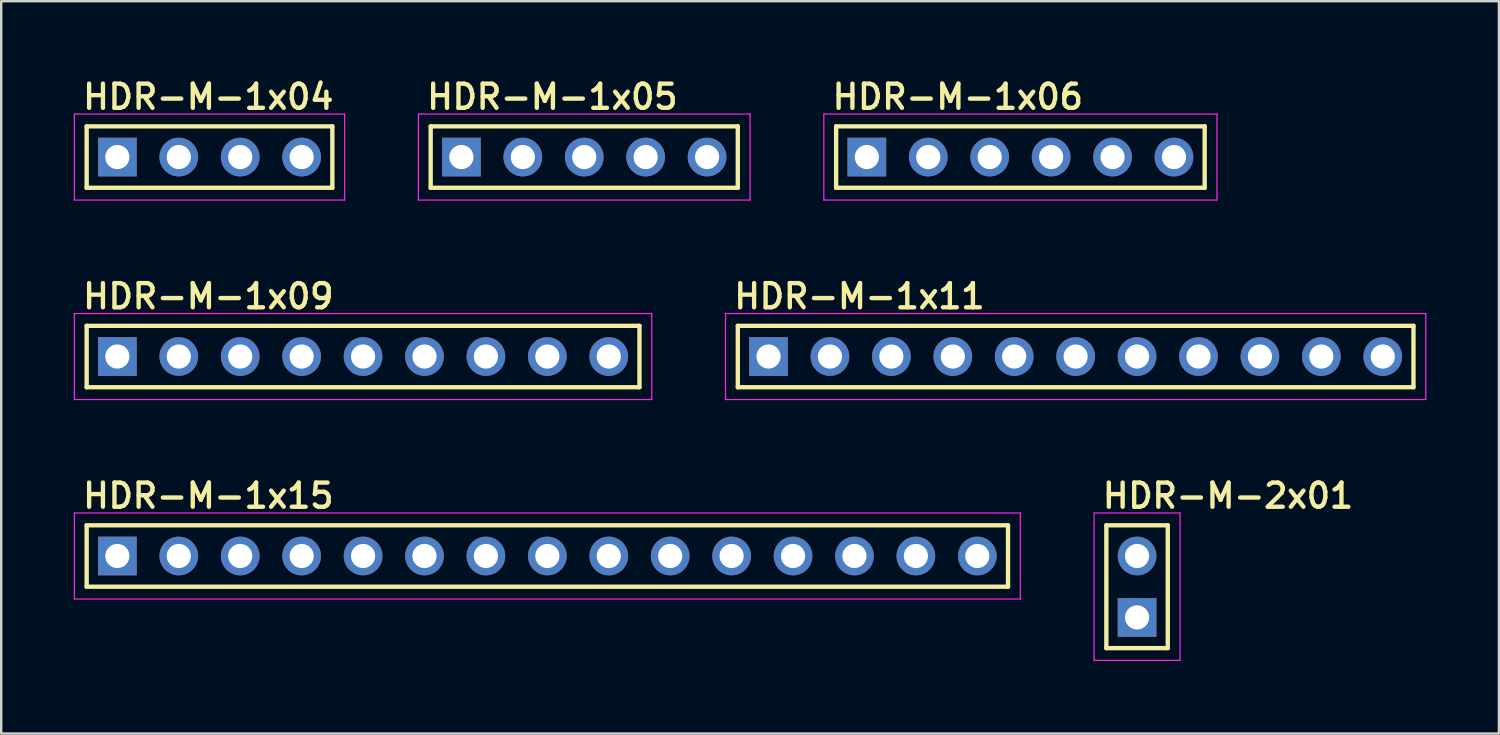
<source format=kicad_pcb>
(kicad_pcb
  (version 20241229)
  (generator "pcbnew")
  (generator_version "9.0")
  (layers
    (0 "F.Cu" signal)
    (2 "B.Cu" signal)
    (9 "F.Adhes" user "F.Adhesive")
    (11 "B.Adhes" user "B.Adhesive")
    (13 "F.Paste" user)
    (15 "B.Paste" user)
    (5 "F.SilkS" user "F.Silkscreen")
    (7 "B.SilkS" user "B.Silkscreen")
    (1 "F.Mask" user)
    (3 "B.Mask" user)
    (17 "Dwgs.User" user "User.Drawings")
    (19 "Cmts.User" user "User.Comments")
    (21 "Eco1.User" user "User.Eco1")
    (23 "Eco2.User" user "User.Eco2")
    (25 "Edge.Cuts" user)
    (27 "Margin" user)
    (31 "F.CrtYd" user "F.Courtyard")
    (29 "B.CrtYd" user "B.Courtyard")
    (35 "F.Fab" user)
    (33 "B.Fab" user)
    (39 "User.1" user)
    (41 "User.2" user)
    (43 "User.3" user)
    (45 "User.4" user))
  (footprint "HDR-M-1x04"
    (layer "F.Cu")
    (at 5.613 3.445)
    (property "Reference" "HDR-M-1x04" (at -5.334 -1.905 0) (layer "F.SilkS") (effects (font (size 1 1) (thickness 0.18)) (justify left bottom)))
    (attr through_hole)
    (fp_line (start -5.08 -1.27) (end 5.08 -1.27) (stroke (width 0.18) (type solid)) (layer "F.SilkS"))
    (fp_line (start -5.08 1.27) (end -5.08 -1.27) (stroke (width 0.18) (type solid)) (layer "F.SilkS"))
    (fp_line (start 5.08 -1.27) (end 5.08 1.27) (stroke (width 0.18) (type solid)) (layer "F.SilkS"))
    (fp_line (start 5.08 1.27) (end -5.08 1.27) (stroke (width 0.18) (type solid)) (layer "F.SilkS"))
    (fp_line (start -5.588 -1.778) (end 5.588 -1.778) (stroke (width 0.05) (type solid)) (layer "F.CrtYd"))
    (fp_line (start -5.588 1.778) (end -5.588 -1.778) (stroke (width 0.05) (type solid)) (layer "F.CrtYd"))
    (fp_line (start 5.588 -1.778) (end 5.588 1.778) (stroke (width 0.05) (type solid)) (layer "F.CrtYd"))
    (fp_line (start 5.588 1.778) (end -5.588 1.778) (stroke (width 0.05) (type solid)) (layer "F.CrtYd"))
    (pad "1" thru_hole rect (at -3.81 0) (size 1.6 1.6) (drill 1) (layers "*.Cu" "*.Mask"))
    (pad "2" thru_hole circle (at -1.27 0) (size 1.6 1.6) (drill 1) (layers "*.Cu" "*.Mask"))
    (pad "3" thru_hole circle (at 1.27 0) (size 1.6 1.6) (drill 1) (layers "*.Cu" "*.Mask"))
    (pad "4" thru_hole circle (at 3.81 0) (size 1.6 1.6) (drill 1) (layers "*.Cu" "*.Mask")))
  (footprint "HDR-M-1x09"
    (layer "F.Cu")
    (at 11.963 11.693)
    (property "Reference" "HDR-M-1x09" (at -11.684 -1.905 0) (layer "F.SilkS") (effects (font (size 1 1) (thickness 0.18)) (justify left bottom)))
    (attr through_hole)
    (fp_line (start -11.43 -1.27) (end 11.43 -1.27) (stroke (width 0.18) (type solid)) (layer "F.SilkS"))
    (fp_line (start -11.43 1.27) (end -11.43 -1.27) (stroke (width 0.18) (type solid)) (layer "F.SilkS"))
    (fp_line (start 11.43 -1.27) (end 11.43 1.27) (stroke (width 0.18) (type solid)) (layer "F.SilkS"))
    (fp_line (start 11.43 1.27) (end -11.43 1.27) (stroke (width 0.18) (type solid)) (layer "F.SilkS"))
    (fp_line (start -11.938 -1.778) (end 11.938 -1.778) (stroke (width 0.05) (type solid)) (layer "F.CrtYd"))
    (fp_line (start -11.938 1.778) (end -11.938 -1.778) (stroke (width 0.05) (type solid)) (layer "F.CrtYd"))
    (fp_line (start 11.938 -1.778) (end 11.938 1.778) (stroke (width 0.05) (type solid)) (layer "F.CrtYd"))
    (fp_line (start 11.938 1.778) (end -11.938 1.778) (stroke (width 0.05) (type solid)) (layer "F.CrtYd"))
    (pad "1" thru_hole rect (at -10.16 0) (size 1.6 1.6) (drill 1) (layers "*.Cu" "*.Mask"))
    (pad "2" thru_hole circle (at -7.62 0) (size 1.6 1.6) (drill 1) (layers "*.Cu" "*.Mask"))
    (pad "3" thru_hole circle (at -5.08 0) (size 1.6 1.6) (drill 1) (layers "*.Cu" "*.Mask"))
    (pad "4" thru_hole circle (at -2.54 0) (size 1.6 1.6) (drill 1) (layers "*.Cu" "*.Mask"))
    (pad "5" thru_hole circle (at 0 0) (size 1.6 1.6) (drill 1) (layers "*.Cu" "*.Mask"))
    (pad "6" thru_hole circle (at 2.54 0) (size 1.6 1.6) (drill 1) (layers "*.Cu" "*.Mask"))
    (pad "7" thru_hole circle (at 5.08 0) (size 1.6 1.6) (drill 1) (layers "*.Cu" "*.Mask"))
    (pad "8" thru_hole circle (at 7.62 0) (size 1.6 1.6) (drill 1) (layers "*.Cu" "*.Mask"))
    (pad "9" thru_hole circle (at 10.16 0) (size 1.6 1.6) (drill 1) (layers "*.Cu" "*.Mask")))
  (footprint "HDR-M-1x06"
    (layer "F.Cu")
    (at 39.145 3.445)
    (property "Reference" "HDR-M-1x06" (at -7.874 -1.905 0) (layer "F.SilkS") (effects (font (size 1 1) (thickness 0.18)) (justify left bottom)))
    (attr through_hole)
    (fp_line (start -7.62 -1.27) (end 7.62 -1.27) (stroke (width 0.18) (type solid)) (layer "F.SilkS"))
    (fp_line (start -7.62 1.27) (end -7.62 -1.27) (stroke (width 0.18) (type solid)) (layer "F.SilkS"))
    (fp_line (start 7.62 -1.27) (end 7.62 1.27) (stroke (width 0.18) (type solid)) (layer "F.SilkS"))
    (fp_line (start 7.62 1.27) (end -7.62 1.27) (stroke (width 0.18) (type solid)) (layer "F.SilkS"))
    (fp_line (start -8.128 -1.778) (end 8.128 -1.778) (stroke (width 0.05) (type solid)) (layer "F.CrtYd"))
    (fp_line (start -8.128 1.778) (end -8.128 -1.778) (stroke (width 0.05) (type solid)) (layer "F.CrtYd"))
    (fp_line (start 8.128 -1.778) (end 8.128 1.778) (stroke (width 0.05) (type solid)) (layer "F.CrtYd"))
    (fp_line (start 8.128 1.778) (end -8.128 1.778) (stroke (width 0.05) (type solid)) (layer "F.CrtYd"))
    (pad "1" thru_hole rect (at -6.35 0) (size 1.6 1.6) (drill 1) (layers "*.Cu" "*.Mask"))
    (pad "2" thru_hole circle (at -3.81 0) (size 1.6 1.6) (drill 1) (layers "*.Cu" "*.Mask"))
    (pad "3" thru_hole circle (at -1.27 0) (size 1.6 1.6) (drill 1) (layers "*.Cu" "*.Mask"))
    (pad "4" thru_hole circle (at 1.27 0) (size 1.6 1.6) (drill 1) (layers "*.Cu" "*.Mask"))
    (pad "5" thru_hole circle (at 3.81 0) (size 1.6 1.6) (drill 1) (layers "*.Cu" "*.Mask"))
    (pad "6" thru_hole circle (at 6.35 0) (size 1.6 1.6) (drill 1) (layers "*.Cu" "*.Mask")))
  (footprint "HDR-M-2x01"
    (layer "F.Cu")
    (at 43.969 21.211)
    (property "Reference" "HDR-M-2x01" (at -1.524 -3.175 0) (layer "F.SilkS") (effects (font (size 1 1) (thickness 0.18)) (justify left bottom)))
    (attr through_hole)
    (fp_line (start -1.27 -2.54) (end 1.27 -2.54) (stroke (width 0.18) (type solid)) (layer "F.SilkS"))
    (fp_line (start -1.27 2.54) (end -1.27 -2.54) (stroke (width 0.18) (type solid)) (layer "F.SilkS"))
    (fp_line (start 1.27 -2.54) (end 1.27 2.54) (stroke (width 0.18) (type solid)) (layer "F.SilkS"))
    (fp_line (start 1.27 2.54) (end -1.27 2.54) (stroke (width 0.18) (type solid)) (layer "F.SilkS"))
    (fp_line (start -1.778 -3.048) (end 1.778 -3.048) (stroke (width 0.05) (type solid)) (layer "F.CrtYd"))
    (fp_line (start -1.778 3.048) (end -1.778 -3.048) (stroke (width 0.05) (type solid)) (layer "F.CrtYd"))
    (fp_line (start 1.778 -3.048) (end 1.778 3.048) (stroke (width 0.05) (type solid)) (layer "F.CrtYd"))
    (fp_line (start 1.778 3.048) (end -1.778 3.048) (stroke (width 0.05) (type solid)) (layer "F.CrtYd"))
    (pad "1" thru_hole rect (at 0 1.27) (size 1.6 1.6) (drill 1) (layers "*.Cu" "*.Mask"))
    (pad "2" thru_hole circle (at 0 -1.27) (size 1.6 1.6) (drill 1) (layers "*.Cu" "*.Mask")))
  (footprint "HDR-M-1x05"
    (layer "F.Cu")
    (at 21.109 3.445)
    (property "Reference" "HDR-M-1x05" (at -6.604 -1.905 0) (layer "F.SilkS") (effects (font (size 1 1) (thickness 0.18)) (justify left bottom)))
    (attr through_hole)
    (fp_line (start -6.35 -1.27) (end 6.35 -1.27) (stroke (width 0.18) (type solid)) (layer "F.SilkS"))
    (fp_line (start -6.35 1.27) (end -6.35 -1.27) (stroke (width 0.18) (type solid)) (layer "F.SilkS"))
    (fp_line (start 6.35 -1.27) (end 6.35 1.27) (stroke (width 0.18) (type solid)) (layer "F.SilkS"))
    (fp_line (start 6.35 1.27) (end -6.35 1.27) (stroke (width 0.18) (type solid)) (layer "F.SilkS"))
    (fp_line (start -6.858 -1.778) (end 6.858 -1.778) (stroke (width 0.05) (type solid)) (layer "F.CrtYd"))
    (fp_line (start -6.858 1.778) (end -6.858 -1.778) (stroke (width 0.05) (type solid)) (layer "F.CrtYd"))
    (fp_line (start 6.858 -1.778) (end 6.858 1.778) (stroke (width 0.05) (type solid)) (layer "F.CrtYd"))
    (fp_line (start 6.858 1.778) (end -6.858 1.778) (stroke (width 0.05) (type solid)) (layer "F.CrtYd"))
    (pad "1" thru_hole rect (at -5.08 0) (size 1.6 1.6) (drill 1) (layers "*.Cu" "*.Mask"))
    (pad "2" thru_hole circle (at -2.54 0) (size 1.6 1.6) (drill 1) (layers "*.Cu" "*.Mask"))
    (pad "3" thru_hole circle (at 0 0) (size 1.6 1.6) (drill 1) (layers "*.Cu" "*.Mask"))
    (pad "4" thru_hole circle (at 2.54 0) (size 1.6 1.6) (drill 1) (layers "*.Cu" "*.Mask"))
    (pad "5" thru_hole circle (at 5.08 0) (size 1.6 1.6) (drill 1) (layers "*.Cu" "*.Mask")))
  (footprint "HDR-M-1x11"
    (layer "F.Cu")
    (at 41.429 11.693)
    (property "Reference" "HDR-M-1x11" (at -14.224 -1.905 0) (layer "F.SilkS") (effects (font (size 1 1) (thickness 0.18)) (justify left bottom)))
    (attr through_hole)
    (fp_line (start -13.97 -1.27) (end 13.97 -1.27) (stroke (width 0.18) (type solid)) (layer "F.SilkS"))
    (fp_line (start -13.97 1.27) (end -13.97 -1.27) (stroke (width 0.18) (type solid)) (layer "F.SilkS"))
    (fp_line (start 13.97 -1.27) (end 13.97 1.27) (stroke (width 0.18) (type solid)) (layer "F.SilkS"))
    (fp_line (start 13.97 1.27) (end -13.97 1.27) (stroke (width 0.18) (type solid)) (layer "F.SilkS"))
    (fp_line (start -14.478 -1.778) (end 14.478 -1.778) (stroke (width 0.05) (type solid)) (layer "F.CrtYd"))
    (fp_line (start -14.478 1.778) (end -14.478 -1.778) (stroke (width 0.05) (type solid)) (layer "F.CrtYd"))
    (fp_line (start 14.478 -1.778) (end 14.478 1.778) (stroke (width 0.05) (type solid)) (layer "F.CrtYd"))
    (fp_line (start 14.478 1.778) (end -14.478 1.778) (stroke (width 0.05) (type solid)) (layer "F.CrtYd"))
    (pad "1" thru_hole rect (at -12.7 0) (size 1.6 1.6) (drill 1) (layers "*.Cu" "*.Mask"))
    (pad "2" thru_hole circle (at -10.16 0) (size 1.6 1.6) (drill 1) (layers "*.Cu" "*.Mask"))
    (pad "3" thru_hole circle (at -7.62 0) (size 1.6 1.6) (drill 1) (layers "*.Cu" "*.Mask"))
    (pad "4" thru_hole circle (at -5.08 0) (size 1.6 1.6) (drill 1) (layers "*.Cu" "*.Mask"))
    (pad "5" thru_hole circle (at -2.54 0) (size 1.6 1.6) (drill 1) (layers "*.Cu" "*.Mask"))
    (pad "6" thru_hole circle (at 0 0) (size 1.6 1.6) (drill 1) (layers "*.Cu" "*.Mask"))
    (pad "7" thru_hole circle (at 2.54 0) (size 1.6 1.6) (drill 1) (layers "*.Cu" "*.Mask"))
    (pad "8" thru_hole circle (at 5.08 0) (size 1.6 1.6) (drill 1) (layers "*.Cu" "*.Mask"))
    (pad "9" thru_hole circle (at 7.62 0) (size 1.6 1.6) (drill 1) (layers "*.Cu" "*.Mask"))
    (pad "10" thru_hole circle (at 10.16 0) (size 1.6 1.6) (drill 1) (layers "*.Cu" "*.Mask"))
    (pad "11" thru_hole circle (at 12.7 0) (size 1.6 1.6) (drill 1) (layers "*.Cu" "*.Mask")))
  (footprint "HDR-M-1x15"
    (layer "F.Cu")
    (at 19.583 19.941)
    (property "Reference" "HDR-M-1x15" (at -19.304 -1.905 0) (layer "F.SilkS") (effects (font (size 1 1) (thickness 0.18)) (justify left bottom)))
    (attr through_hole)
    (fp_line (start -19.05 -1.27) (end 19.05 -1.27) (stroke (width 0.18) (type solid)) (layer "F.SilkS"))
    (fp_line (start -19.05 1.27) (end -19.05 -1.27) (stroke (width 0.18) (type solid)) (layer "F.SilkS"))
    (fp_line (start 19.05 -1.27) (end 19.05 1.27) (stroke (width 0.18) (type solid)) (layer "F.SilkS"))
    (fp_line (start 19.05 1.27) (end -19.05 1.27) (stroke (width 0.18) (type solid)) (layer "F.SilkS"))
    (fp_line (start -19.558 -1.778) (end 19.558 -1.778) (stroke (width 0.05) (type solid)) (layer "F.CrtYd"))
    (fp_line (start -19.558 1.778) (end -19.558 -1.778) (stroke (width 0.05) (type solid)) (layer "F.CrtYd"))
    (fp_line (start 19.558 -1.778) (end 19.558 1.778) (stroke (width 0.05) (type solid)) (layer "F.CrtYd"))
    (fp_line (start 19.558 1.778) (end -19.558 1.778) (stroke (width 0.05) (type solid)) (layer "F.CrtYd"))
    (pad "1" thru_hole rect (at -17.78 0) (size 1.6 1.6) (drill 1) (layers "*.Cu" "*.Mask"))
    (pad "2" thru_hole circle (at -15.24 0) (size 1.6 1.6) (drill 1) (layers "*.Cu" "*.Mask"))
    (pad "3" thru_hole circle (at -12.7 0) (size 1.6 1.6) (drill 1) (layers "*.Cu" "*.Mask"))
    (pad "4" thru_hole circle (at -10.16 0) (size 1.6 1.6) (drill 1) (layers "*.Cu" "*.Mask"))
    (pad "5" thru_hole circle (at -7.62 0) (size 1.6 1.6) (drill 1) (layers "*.Cu" "*.Mask"))
    (pad "6" thru_hole circle (at -5.08 0) (size 1.6 1.6) (drill 1) (layers "*.Cu" "*.Mask"))
    (pad "7" thru_hole circle (at -2.54 0) (size 1.6 1.6) (drill 1) (layers "*.Cu" "*.Mask"))
    (pad "8" thru_hole circle (at 0 0) (size 1.6 1.6) (drill 1) (layers "*.Cu" "*.Mask"))
    (pad "9" thru_hole circle (at 2.54 0) (size 1.6 1.6) (drill 1) (layers "*.Cu" "*.Mask"))
    (pad "10" thru_hole circle (at 5.08 0) (size 1.6 1.6) (drill 1) (layers "*.Cu" "*.Mask"))
    (pad "11" thru_hole circle (at 7.62 0) (size 1.6 1.6) (drill 1) (layers "*.Cu" "*.Mask"))
    (pad "12" thru_hole circle (at 10.16 0) (size 1.6 1.6) (drill 1) (layers "*.Cu" "*.Mask"))
    (pad "13" thru_hole circle (at 12.7 0) (size 1.6 1.6) (drill 1) (layers "*.Cu" "*.Mask"))
    (pad "14" thru_hole circle (at 15.24 0) (size 1.6 1.6) (drill 1) (layers "*.Cu" "*.Mask"))
    (pad "15" thru_hole circle (at 17.78 0) (size 1.6 1.6) (drill 1) (layers "*.Cu" "*.Mask")))
  (gr_rect
    (start -3 -3)
    (end 58.932 27.284)
    (stroke (width 0.1) (type default))
    (fill no)
    (layer "Edge.Cuts")))
</source>
